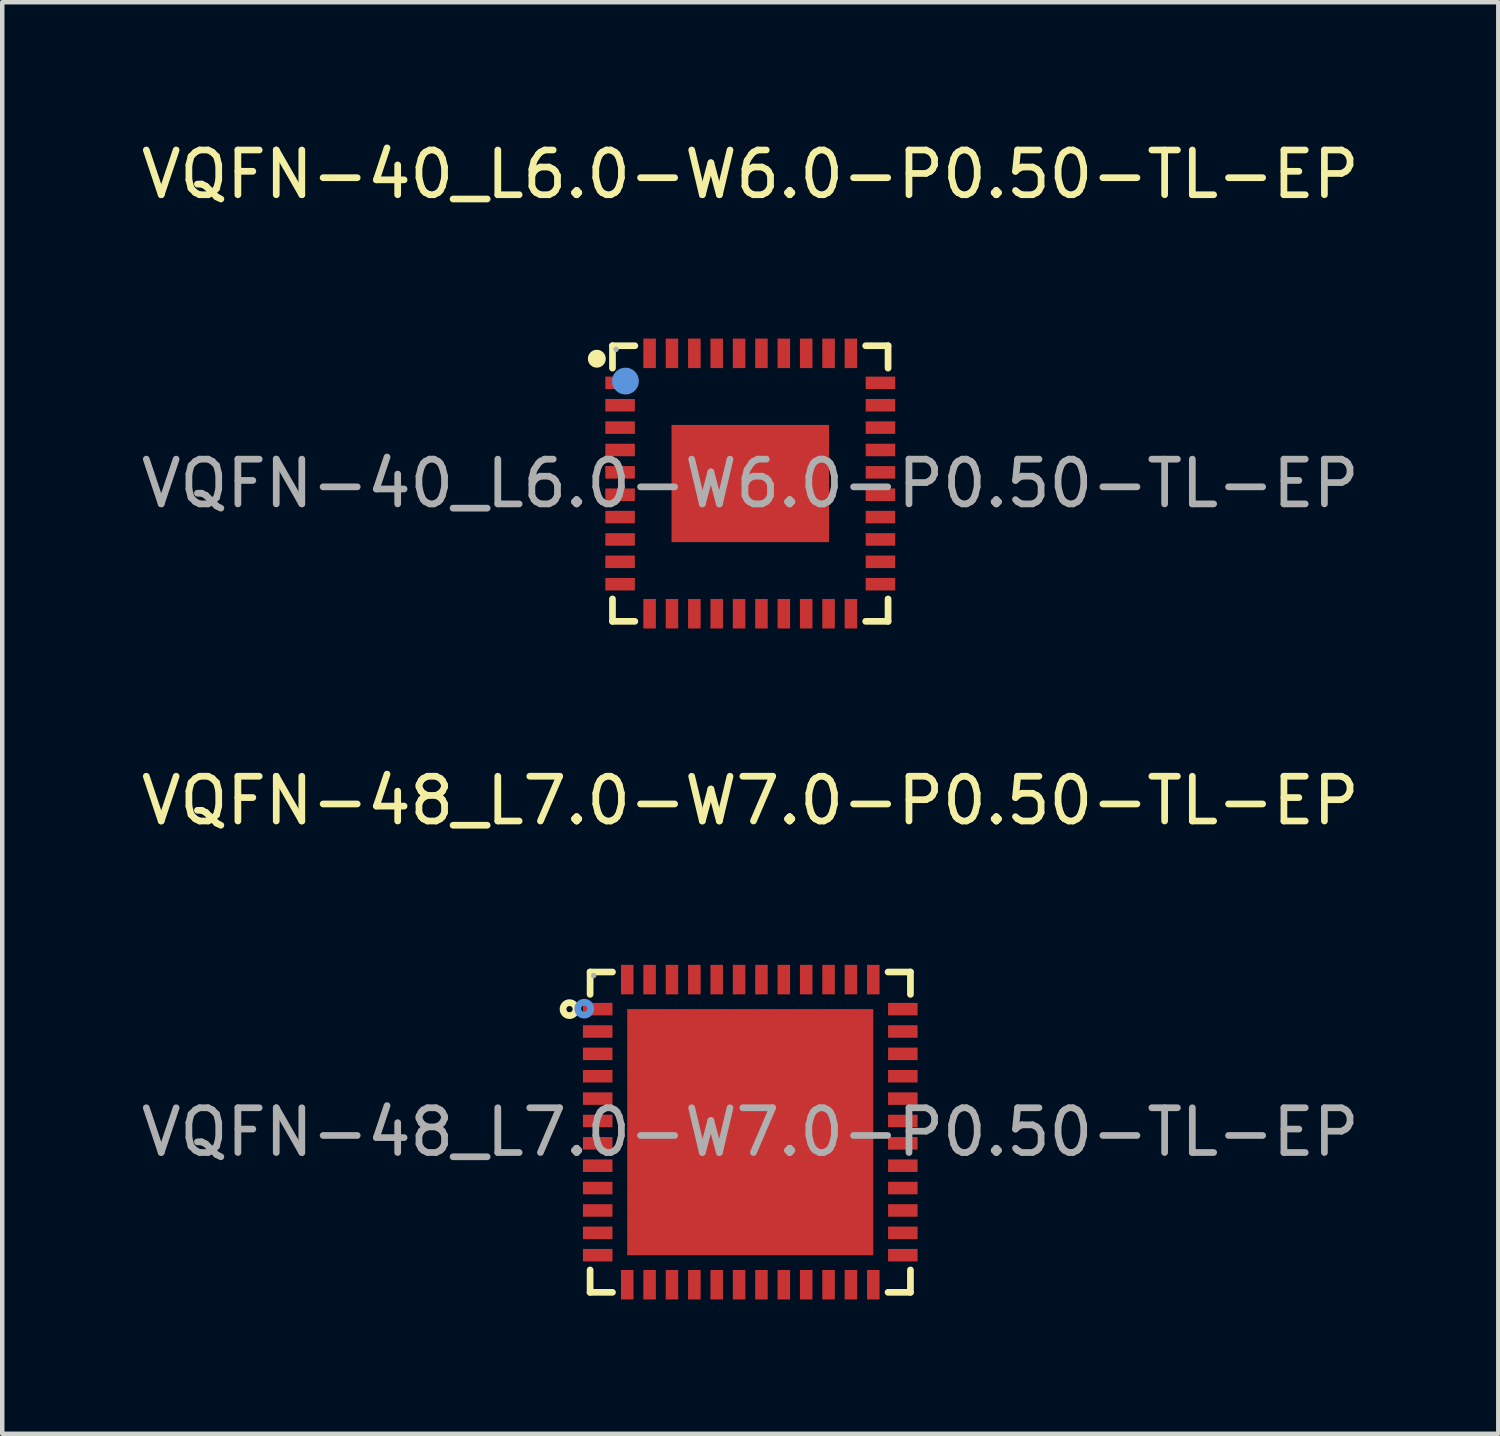
<source format=kicad_pcb>
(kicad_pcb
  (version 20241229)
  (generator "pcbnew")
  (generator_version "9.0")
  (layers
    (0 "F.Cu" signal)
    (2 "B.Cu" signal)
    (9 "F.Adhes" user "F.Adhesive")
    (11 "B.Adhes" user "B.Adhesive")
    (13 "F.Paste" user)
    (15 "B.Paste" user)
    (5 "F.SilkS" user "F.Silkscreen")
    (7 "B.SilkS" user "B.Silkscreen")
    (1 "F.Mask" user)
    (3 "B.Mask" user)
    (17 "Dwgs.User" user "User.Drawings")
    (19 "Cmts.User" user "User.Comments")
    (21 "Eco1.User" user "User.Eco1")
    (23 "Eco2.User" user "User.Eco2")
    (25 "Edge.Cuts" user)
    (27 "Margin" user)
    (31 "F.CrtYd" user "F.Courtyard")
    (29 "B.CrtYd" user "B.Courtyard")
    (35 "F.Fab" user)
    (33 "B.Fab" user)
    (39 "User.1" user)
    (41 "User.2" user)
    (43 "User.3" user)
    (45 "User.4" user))
  (footprint "VQFN-40_L6.0-W6.0-P0.50-TL-EP"
    (layer "F.Cu")
    (at 13.72 7.758)
    (property "Reference" "VQFN-40_L6.0-W6.0-P0.50-TL-EP" (at 0 -6.91 0) (layer "F.SilkS") (effects (font (size 1 1) (thickness 0.15))))
    (attr through_hole)
    (fp_line (start -3.08 -3.08) (end -3.08 -2.58) (stroke (width 0.15) (type solid)) (layer "F.SilkS"))
    (fp_line (start -3.08 3.08) (end -3.08 2.58) (stroke (width 0.15) (type solid)) (layer "F.SilkS"))
    (fp_line (start -2.58 -3.08) (end -3.08 -3.08) (stroke (width 0.15) (type solid)) (layer "F.SilkS"))
    (fp_line (start -2.58 3.08) (end -3.08 3.08) (stroke (width 0.15) (type solid)) (layer "F.SilkS"))
    (fp_line (start 2.58 -3.08) (end 3.08 -3.08) (stroke (width 0.15) (type solid)) (layer "F.SilkS"))
    (fp_line (start 2.58 3.08) (end 3.08 3.08) (stroke (width 0.15) (type solid)) (layer "F.SilkS"))
    (fp_line (start 3.08 -3.08) (end 3.08 -2.58) (stroke (width 0.15) (type solid)) (layer "F.SilkS"))
    (fp_line (start 3.08 3.08) (end 3.08 2.58) (stroke (width 0.15) (type solid)) (layer "F.SilkS"))
    (fp_circle (center -3.43 -2.79) (end -3.33 -2.79) (stroke (width 0.2) (type solid)) (fill no) (layer "F.SilkS"))
    (fp_circle (center -2.79 -2.29) (end -2.64 -2.29) (stroke (width 0.3) (type solid)) (fill no) (layer "Cmts.User"))
    (fp_circle (center -3 -3) (end -2.97 -3) (stroke (width 0.06) (type solid)) (fill no) (layer "F.Fab"))
    (fp_text user "${REFERENCE}" (at 0 0 0) (layer "F.Fab") (effects (font (size 1 1) (thickness 0.15))))
    (pad "1" smd rect (at -2.91 -2.25) (size 0.66 0.28) (layers "F.Cu" "F.Mask" "F.Paste"))
    (pad "2" smd rect (at -2.91 -1.75) (size 0.66 0.28) (layers "F.Cu" "F.Mask" "F.Paste"))
    (pad "3" smd rect (at -2.91 -1.25) (size 0.66 0.28) (layers "F.Cu" "F.Mask" "F.Paste"))
    (pad "4" smd rect (at -2.91 -0.75) (size 0.66 0.28) (layers "F.Cu" "F.Mask" "F.Paste"))
    (pad "5" smd rect (at -2.91 -0.25) (size 0.66 0.28) (layers "F.Cu" "F.Mask" "F.Paste"))
    (pad "6" smd rect (at -2.91 0.25) (size 0.66 0.28) (layers "F.Cu" "F.Mask" "F.Paste"))
    (pad "7" smd rect (at -2.91 0.75) (size 0.66 0.28) (layers "F.Cu" "F.Mask" "F.Paste"))
    (pad "8" smd rect (at -2.91 1.25) (size 0.66 0.28) (layers "F.Cu" "F.Mask" "F.Paste"))
    (pad "9" smd rect (at -2.91 1.75) (size 0.66 0.28) (layers "F.Cu" "F.Mask" "F.Paste"))
    (pad "10" smd rect (at -2.91 2.25) (size 0.66 0.28) (layers "F.Cu" "F.Mask" "F.Paste"))
    (pad "11" smd rect (at -2.25 2.91) (size 0.28 0.66) (layers "F.Cu" "F.Mask" "F.Paste"))
    (pad "12" smd rect (at -1.75 2.91) (size 0.28 0.66) (layers "F.Cu" "F.Mask" "F.Paste"))
    (pad "13" smd rect (at -1.25 2.91) (size 0.28 0.66) (layers "F.Cu" "F.Mask" "F.Paste"))
    (pad "14" smd rect (at -0.75 2.91) (size 0.28 0.66) (layers "F.Cu" "F.Mask" "F.Paste"))
    (pad "15" smd rect (at -0.25 2.91) (size 0.28 0.66) (layers "F.Cu" "F.Mask" "F.Paste"))
    (pad "16" smd rect (at 0.25 2.91) (size 0.28 0.66) (layers "F.Cu" "F.Mask" "F.Paste"))
    (pad "17" smd rect (at 0.75 2.91) (size 0.28 0.66) (layers "F.Cu" "F.Mask" "F.Paste"))
    (pad "18" smd rect (at 1.25 2.91) (size 0.28 0.66) (layers "F.Cu" "F.Mask" "F.Paste"))
    (pad "19" smd rect (at 1.75 2.91) (size 0.28 0.66) (layers "F.Cu" "F.Mask" "F.Paste"))
    (pad "20" smd rect (at 2.25 2.91) (size 0.28 0.66) (layers "F.Cu" "F.Mask" "F.Paste"))
    (pad "21" smd rect (at 2.91 2.25) (size 0.66 0.28) (layers "F.Cu" "F.Mask" "F.Paste"))
    (pad "22" smd rect (at 2.91 1.75) (size 0.66 0.28) (layers "F.Cu" "F.Mask" "F.Paste"))
    (pad "23" smd rect (at 2.91 1.25) (size 0.66 0.28) (layers "F.Cu" "F.Mask" "F.Paste"))
    (pad "24" smd rect (at 2.91 0.75) (size 0.66 0.28) (layers "F.Cu" "F.Mask" "F.Paste"))
    (pad "25" smd rect (at 2.91 0.25) (size 0.66 0.28) (layers "F.Cu" "F.Mask" "F.Paste"))
    (pad "26" smd rect (at 2.91 -0.25) (size 0.66 0.28) (layers "F.Cu" "F.Mask" "F.Paste"))
    (pad "27" smd rect (at 2.91 -0.75) (size 0.66 0.28) (layers "F.Cu" "F.Mask" "F.Paste"))
    (pad "28" smd rect (at 2.91 -1.25) (size 0.66 0.28) (layers "F.Cu" "F.Mask" "F.Paste"))
    (pad "29" smd rect (at 2.91 -1.75) (size 0.66 0.28) (layers "F.Cu" "F.Mask" "F.Paste"))
    (pad "30" smd rect (at 2.91 -2.25) (size 0.66 0.28) (layers "F.Cu" "F.Mask" "F.Paste"))
    (pad "31" smd rect (at 2.25 -2.91) (size 0.28 0.66) (layers "F.Cu" "F.Mask" "F.Paste"))
    (pad "32" smd rect (at 1.75 -2.91) (size 0.28 0.66) (layers "F.Cu" "F.Mask" "F.Paste"))
    (pad "33" smd rect (at 1.25 -2.91) (size 0.28 0.66) (layers "F.Cu" "F.Mask" "F.Paste"))
    (pad "34" smd rect (at 0.75 -2.91) (size 0.28 0.66) (layers "F.Cu" "F.Mask" "F.Paste"))
    (pad "35" smd rect (at 0.25 -2.91) (size 0.28 0.66) (layers "F.Cu" "F.Mask" "F.Paste"))
    (pad "36" smd rect (at -0.25 -2.91) (size 0.28 0.66) (layers "F.Cu" "F.Mask" "F.Paste"))
    (pad "37" smd rect (at -0.75 -2.91) (size 0.28 0.66) (layers "F.Cu" "F.Mask" "F.Paste"))
    (pad "38" smd rect (at -1.25 -2.91) (size 0.28 0.66) (layers "F.Cu" "F.Mask" "F.Paste"))
    (pad "39" smd rect (at -1.75 -2.91) (size 0.28 0.66) (layers "F.Cu" "F.Mask" "F.Paste"))
    (pad "40" smd rect (at -2.25 -2.91) (size 0.28 0.66) (layers "F.Cu" "F.Mask" "F.Paste"))
    (pad "41" smd rect (at 0 0) (size 3.52 2.62) (layers "F.Cu" "F.Mask" "F.Paste")))
  (footprint "VQFN-48_L7.0-W7.0-P0.50-TL-EP"
    (layer "F.Cu")
    (at 13.72 22.256)
    (property "Reference" "VQFN-48_L7.0-W7.0-P0.50-TL-EP" (at 0 -7.41 0) (layer "F.SilkS") (effects (font (size 1 1) (thickness 0.15))))
    (attr through_hole)
    (fp_line (start -3.58 -3.58) (end -3.58 -3.08) (stroke (width 0.15) (type solid)) (layer "F.SilkS"))
    (fp_line (start -3.58 3.58) (end -3.58 3.08) (stroke (width 0.15) (type solid)) (layer "F.SilkS"))
    (fp_line (start -3.08 -3.58) (end -3.58 -3.58) (stroke (width 0.15) (type solid)) (layer "F.SilkS"))
    (fp_line (start -3.08 3.58) (end -3.58 3.58) (stroke (width 0.15) (type solid)) (layer "F.SilkS"))
    (fp_line (start 3.08 -3.58) (end 3.58 -3.58) (stroke (width 0.15) (type solid)) (layer "F.SilkS"))
    (fp_line (start 3.08 3.58) (end 3.58 3.58) (stroke (width 0.15) (type solid)) (layer "F.SilkS"))
    (fp_line (start 3.58 -3.58) (end 3.58 -3.08) (stroke (width 0.15) (type solid)) (layer "F.SilkS"))
    (fp_line (start 3.58 3.58) (end 3.58 3.08) (stroke (width 0.15) (type solid)) (layer "F.SilkS"))
    (fp_circle (center -4.04 -2.75) (end -3.97 -2.75) (stroke (width 0.15) (type solid)) (fill no) (layer "F.SilkS"))
    (fp_circle (center -3.71 -2.76) (end -3.64 -2.76) (stroke (width 0.15) (type solid)) (fill no) (layer "Cmts.User"))
    (fp_circle (center -3.5 -3.5) (end -3.47 -3.5) (stroke (width 0.06) (type solid)) (fill no) (layer "F.Fab"))
    (fp_text user "${REFERENCE}" (at 0 0 0) (layer "F.Fab") (effects (font (size 1 1) (thickness 0.15))))
    (pad "1" smd rect (at -3.41 -2.75) (size 0.66 0.28) (layers "F.Cu" "F.Mask" "F.Paste"))
    (pad "2" smd rect (at -3.41 -2.25) (size 0.66 0.28) (layers "F.Cu" "F.Mask" "F.Paste"))
    (pad "3" smd rect (at -3.41 -1.75) (size 0.66 0.28) (layers "F.Cu" "F.Mask" "F.Paste"))
    (pad "4" smd rect (at -3.41 -1.25) (size 0.66 0.28) (layers "F.Cu" "F.Mask" "F.Paste"))
    (pad "5" smd rect (at -3.41 -0.75) (size 0.66 0.28) (layers "F.Cu" "F.Mask" "F.Paste"))
    (pad "6" smd rect (at -3.41 -0.25) (size 0.66 0.28) (layers "F.Cu" "F.Mask" "F.Paste"))
    (pad "7" smd rect (at -3.41 0.25) (size 0.66 0.28) (layers "F.Cu" "F.Mask" "F.Paste"))
    (pad "8" smd rect (at -3.41 0.75) (size 0.66 0.28) (layers "F.Cu" "F.Mask" "F.Paste"))
    (pad "9" smd rect (at -3.41 1.25) (size 0.66 0.28) (layers "F.Cu" "F.Mask" "F.Paste"))
    (pad "10" smd rect (at -3.41 1.75) (size 0.66 0.28) (layers "F.Cu" "F.Mask" "F.Paste"))
    (pad "11" smd rect (at -3.41 2.25) (size 0.66 0.28) (layers "F.Cu" "F.Mask" "F.Paste"))
    (pad "12" smd rect (at -3.41 2.75) (size 0.66 0.28) (layers "F.Cu" "F.Mask" "F.Paste"))
    (pad "13" smd rect (at -2.75 3.41) (size 0.28 0.66) (layers "F.Cu" "F.Mask" "F.Paste"))
    (pad "14" smd rect (at -2.25 3.41) (size 0.28 0.66) (layers "F.Cu" "F.Mask" "F.Paste"))
    (pad "15" smd rect (at -1.75 3.41) (size 0.28 0.66) (layers "F.Cu" "F.Mask" "F.Paste"))
    (pad "16" smd rect (at -1.25 3.41) (size 0.28 0.66) (layers "F.Cu" "F.Mask" "F.Paste"))
    (pad "17" smd rect (at -0.75 3.41) (size 0.28 0.66) (layers "F.Cu" "F.Mask" "F.Paste"))
    (pad "18" smd rect (at -0.25 3.41) (size 0.28 0.66) (layers "F.Cu" "F.Mask" "F.Paste"))
    (pad "19" smd rect (at 0.25 3.41) (size 0.28 0.66) (layers "F.Cu" "F.Mask" "F.Paste"))
    (pad "20" smd rect (at 0.75 3.41) (size 0.28 0.66) (layers "F.Cu" "F.Mask" "F.Paste"))
    (pad "21" smd rect (at 1.25 3.41) (size 0.28 0.66) (layers "F.Cu" "F.Mask" "F.Paste"))
    (pad "22" smd rect (at 1.75 3.41) (size 0.28 0.66) (layers "F.Cu" "F.Mask" "F.Paste"))
    (pad "23" smd rect (at 2.25 3.41) (size 0.28 0.66) (layers "F.Cu" "F.Mask" "F.Paste"))
    (pad "24" smd rect (at 2.75 3.41) (size 0.28 0.66) (layers "F.Cu" "F.Mask" "F.Paste"))
    (pad "25" smd rect (at 3.41 2.75) (size 0.66 0.28) (layers "F.Cu" "F.Mask" "F.Paste"))
    (pad "26" smd rect (at 3.41 2.25) (size 0.66 0.28) (layers "F.Cu" "F.Mask" "F.Paste"))
    (pad "27" smd rect (at 3.41 1.75) (size 0.66 0.28) (layers "F.Cu" "F.Mask" "F.Paste"))
    (pad "28" smd rect (at 3.41 1.25) (size 0.66 0.28) (layers "F.Cu" "F.Mask" "F.Paste"))
    (pad "29" smd rect (at 3.41 0.75) (size 0.66 0.28) (layers "F.Cu" "F.Mask" "F.Paste"))
    (pad "30" smd rect (at 3.41 0.25) (size 0.66 0.28) (layers "F.Cu" "F.Mask" "F.Paste"))
    (pad "31" smd rect (at 3.41 -0.25) (size 0.66 0.28) (layers "F.Cu" "F.Mask" "F.Paste"))
    (pad "32" smd rect (at 3.41 -0.75) (size 0.66 0.28) (layers "F.Cu" "F.Mask" "F.Paste"))
    (pad "33" smd rect (at 3.41 -1.25) (size 0.66 0.28) (layers "F.Cu" "F.Mask" "F.Paste"))
    (pad "34" smd rect (at 3.41 -1.75) (size 0.66 0.28) (layers "F.Cu" "F.Mask" "F.Paste"))
    (pad "35" smd rect (at 3.41 -2.25) (size 0.66 0.28) (layers "F.Cu" "F.Mask" "F.Paste"))
    (pad "36" smd rect (at 3.41 -2.75) (size 0.66 0.28) (layers "F.Cu" "F.Mask" "F.Paste"))
    (pad "37" smd rect (at 2.75 -3.41) (size 0.28 0.66) (layers "F.Cu" "F.Mask" "F.Paste"))
    (pad "38" smd rect (at 2.25 -3.41) (size 0.28 0.66) (layers "F.Cu" "F.Mask" "F.Paste"))
    (pad "39" smd rect (at 1.75 -3.41) (size 0.28 0.66) (layers "F.Cu" "F.Mask" "F.Paste"))
    (pad "40" smd rect (at 1.25 -3.41) (size 0.28 0.66) (layers "F.Cu" "F.Mask" "F.Paste"))
    (pad "41" smd rect (at 0.75 -3.41) (size 0.28 0.66) (layers "F.Cu" "F.Mask" "F.Paste"))
    (pad "42" smd rect (at 0.25 -3.41) (size 0.28 0.66) (layers "F.Cu" "F.Mask" "F.Paste"))
    (pad "43" smd rect (at -0.25 -3.41) (size 0.28 0.66) (layers "F.Cu" "F.Mask" "F.Paste"))
    (pad "44" smd rect (at -0.75 -3.41) (size 0.28 0.66) (layers "F.Cu" "F.Mask" "F.Paste"))
    (pad "45" smd rect (at -1.25 -3.41) (size 0.28 0.66) (layers "F.Cu" "F.Mask" "F.Paste"))
    (pad "46" smd rect (at -1.75 -3.41) (size 0.28 0.66) (layers "F.Cu" "F.Mask" "F.Paste"))
    (pad "47" smd rect (at -2.25 -3.41) (size 0.28 0.66) (layers "F.Cu" "F.Mask" "F.Paste"))
    (pad "48" smd rect (at -2.75 -3.41) (size 0.28 0.66) (layers "F.Cu" "F.Mask" "F.Paste"))
    (pad "49" smd rect (at 0 0) (size 5.5 5.5) (layers "F.Cu" "F.Mask" "F.Paste")))
  (gr_rect
    (start -3 -3)
    (end 30.44 28.997)
    (stroke (width 0.1) (type default))
    (fill no)
    (layer "Edge.Cuts")))
</source>
